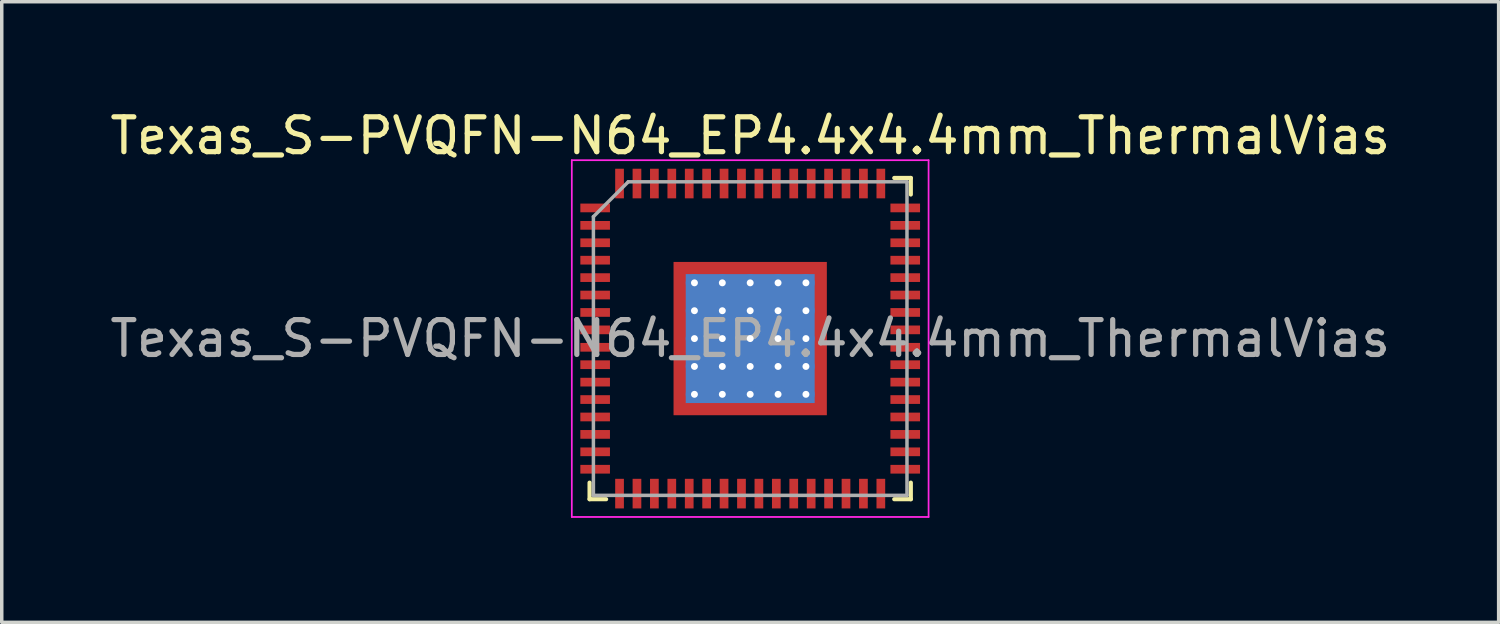
<source format=kicad_pcb>
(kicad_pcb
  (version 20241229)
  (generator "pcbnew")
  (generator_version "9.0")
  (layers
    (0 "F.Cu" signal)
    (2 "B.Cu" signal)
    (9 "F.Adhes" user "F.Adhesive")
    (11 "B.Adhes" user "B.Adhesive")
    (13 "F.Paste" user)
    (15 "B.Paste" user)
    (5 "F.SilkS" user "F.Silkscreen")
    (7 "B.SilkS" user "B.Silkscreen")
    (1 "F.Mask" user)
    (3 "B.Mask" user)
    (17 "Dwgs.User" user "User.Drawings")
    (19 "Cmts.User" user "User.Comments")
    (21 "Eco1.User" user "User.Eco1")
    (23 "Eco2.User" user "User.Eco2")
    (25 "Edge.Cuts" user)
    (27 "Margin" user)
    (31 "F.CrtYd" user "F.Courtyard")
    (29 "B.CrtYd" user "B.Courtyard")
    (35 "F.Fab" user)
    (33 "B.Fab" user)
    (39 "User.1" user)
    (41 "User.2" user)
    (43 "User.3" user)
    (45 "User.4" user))
  (footprint "Texas_S-PVQFN-N64_EP4.4x4.4mm_ThermalVias"
    (layer "F.Cu")
    (at 18.482 6.668)
    (property "Reference" "Texas_S-PVQFN-N64_EP4.4x4.4mm_ThermalVias" (at 0 -5.82 0) (layer "F.SilkS") (effects (font (size 1 1) (thickness 0.15))))
    (attr smd)
    (fp_line (start -4.61 4.61) (end -4.61 4.135) (stroke (width 0.12) (type solid)) (layer "F.SilkS"))
    (fp_line (start -4.135 4.61) (end -4.61 4.61) (stroke (width 0.12) (type solid)) (layer "F.SilkS"))
    (fp_line (start 4.135 -4.61) (end 4.61 -4.61) (stroke (width 0.12) (type solid)) (layer "F.SilkS"))
    (fp_line (start 4.135 4.61) (end 4.61 4.61) (stroke (width 0.12) (type solid)) (layer "F.SilkS"))
    (fp_line (start 4.61 -4.61) (end 4.61 -4.135) (stroke (width 0.12) (type solid)) (layer "F.SilkS"))
    (fp_line (start 4.61 4.61) (end 4.61 4.135) (stroke (width 0.12) (type solid)) (layer "F.SilkS"))
    (fp_line (start -5.12 -5.12) (end -5.12 5.12) (stroke (width 0.05) (type solid)) (layer "F.CrtYd"))
    (fp_line (start -5.12 5.12) (end 5.12 5.12) (stroke (width 0.05) (type solid)) (layer "F.CrtYd"))
    (fp_line (start 5.12 -5.12) (end -5.12 -5.12) (stroke (width 0.05) (type solid)) (layer "F.CrtYd"))
    (fp_line (start 5.12 5.12) (end 5.12 -5.12) (stroke (width 0.05) (type solid)) (layer "F.CrtYd"))
    (fp_line (start -4.5 -3.5) (end -3.5 -4.5) (stroke (width 0.1) (type solid)) (layer "F.Fab"))
    (fp_line (start -4.5 4.5) (end -4.5 -3.5) (stroke (width 0.1) (type solid)) (layer "F.Fab"))
    (fp_line (start -3.5 -4.5) (end 4.5 -4.5) (stroke (width 0.1) (type solid)) (layer "F.Fab"))
    (fp_line (start 4.5 -4.5) (end 4.5 4.5) (stroke (width 0.1) (type solid)) (layer "F.Fab"))
    (fp_line (start 4.5 4.5) (end -4.5 4.5) (stroke (width 0.1) (type solid)) (layer "F.Fab"))
    (fp_text user "${REFERENCE}" (at 0 0 0) (layer "F.Fab") (effects (font (size 1 1) (thickness 0.15))))
    (pad "" smd rect (at -1.03 -1.03) (size 1.77 1.77) (layers "F.Paste"))
    (pad "" smd rect (at -1.03 1.03) (size 1.77 1.77) (layers "F.Paste"))
    (pad "" smd rect (at 1.03 -1.03) (size 1.77 1.77) (layers "F.Paste"))
    (pad "" smd rect (at 1.03 1.03) (size 1.77 1.77) (layers "F.Paste"))
    (pad "1" smd rect (at -4.45 -3.75) (size 0.85 0.25) (layers "F.Cu" "F.Mask" "F.Paste"))
    (pad "2" smd rect (at -4.45 -3.25) (size 0.85 0.25) (layers "F.Cu" "F.Mask" "F.Paste"))
    (pad "3" smd rect (at -4.45 -2.75) (size 0.85 0.25) (layers "F.Cu" "F.Mask" "F.Paste"))
    (pad "4" smd rect (at -4.45 -2.25) (size 0.85 0.25) (layers "F.Cu" "F.Mask" "F.Paste"))
    (pad "5" smd rect (at -4.45 -1.75) (size 0.85 0.25) (layers "F.Cu" "F.Mask" "F.Paste"))
    (pad "6" smd rect (at -4.45 -1.25) (size 0.85 0.25) (layers "F.Cu" "F.Mask" "F.Paste"))
    (pad "7" smd rect (at -4.45 -0.75) (size 0.85 0.25) (layers "F.Cu" "F.Mask" "F.Paste"))
    (pad "8" smd rect (at -4.45 -0.25) (size 0.85 0.25) (layers "F.Cu" "F.Mask" "F.Paste"))
    (pad "9" smd rect (at -4.45 0.25) (size 0.85 0.25) (layers "F.Cu" "F.Mask" "F.Paste"))
    (pad "10" smd rect (at -4.45 0.75) (size 0.85 0.25) (layers "F.Cu" "F.Mask" "F.Paste"))
    (pad "11" smd rect (at -4.45 1.25) (size 0.85 0.25) (layers "F.Cu" "F.Mask" "F.Paste"))
    (pad "12" smd rect (at -4.45 1.75) (size 0.85 0.25) (layers "F.Cu" "F.Mask" "F.Paste"))
    (pad "13" smd rect (at -4.45 2.25) (size 0.85 0.25) (layers "F.Cu" "F.Mask" "F.Paste"))
    (pad "14" smd rect (at -4.45 2.75) (size 0.85 0.25) (layers "F.Cu" "F.Mask" "F.Paste"))
    (pad "15" smd rect (at -4.45 3.25) (size 0.85 0.25) (layers "F.Cu" "F.Mask" "F.Paste"))
    (pad "16" smd rect (at -4.45 3.75) (size 0.85 0.25) (layers "F.Cu" "F.Mask" "F.Paste"))
    (pad "17" smd rect (at -3.75 4.45) (size 0.25 0.85) (layers "F.Cu" "F.Mask" "F.Paste"))
    (pad "18" smd rect (at -3.25 4.45) (size 0.25 0.85) (layers "F.Cu" "F.Mask" "F.Paste"))
    (pad "19" smd rect (at -2.75 4.45) (size 0.25 0.85) (layers "F.Cu" "F.Mask" "F.Paste"))
    (pad "20" smd rect (at -2.25 4.45) (size 0.25 0.85) (layers "F.Cu" "F.Mask" "F.Paste"))
    (pad "21" smd rect (at -1.75 4.45) (size 0.25 0.85) (layers "F.Cu" "F.Mask" "F.Paste"))
    (pad "22" smd rect (at -1.25 4.45) (size 0.25 0.85) (layers "F.Cu" "F.Mask" "F.Paste"))
    (pad "23" smd rect (at -0.75 4.45) (size 0.25 0.85) (layers "F.Cu" "F.Mask" "F.Paste"))
    (pad "24" smd rect (at -0.25 4.45) (size 0.25 0.85) (layers "F.Cu" "F.Mask" "F.Paste"))
    (pad "25" smd rect (at 0.25 4.45) (size 0.25 0.85) (layers "F.Cu" "F.Mask" "F.Paste"))
    (pad "26" smd rect (at 0.75 4.45) (size 0.25 0.85) (layers "F.Cu" "F.Mask" "F.Paste"))
    (pad "27" smd rect (at 1.25 4.45) (size 0.25 0.85) (layers "F.Cu" "F.Mask" "F.Paste"))
    (pad "28" smd rect (at 1.75 4.45) (size 0.25 0.85) (layers "F.Cu" "F.Mask" "F.Paste"))
    (pad "29" smd rect (at 2.25 4.45) (size 0.25 0.85) (layers "F.Cu" "F.Mask" "F.Paste"))
    (pad "30" smd rect (at 2.75 4.45) (size 0.25 0.85) (layers "F.Cu" "F.Mask" "F.Paste"))
    (pad "31" smd rect (at 3.25 4.45) (size 0.25 0.85) (layers "F.Cu" "F.Mask" "F.Paste"))
    (pad "32" smd rect (at 3.75 4.45) (size 0.25 0.85) (layers "F.Cu" "F.Mask" "F.Paste"))
    (pad "33" smd rect (at 4.45 3.75) (size 0.85 0.25) (layers "F.Cu" "F.Mask" "F.Paste"))
    (pad "34" smd rect (at 4.45 3.25) (size 0.85 0.25) (layers "F.Cu" "F.Mask" "F.Paste"))
    (pad "35" smd rect (at 4.45 2.75) (size 0.85 0.25) (layers "F.Cu" "F.Mask" "F.Paste"))
    (pad "36" smd rect (at 4.45 2.25) (size 0.85 0.25) (layers "F.Cu" "F.Mask" "F.Paste"))
    (pad "37" smd rect (at 4.45 1.75) (size 0.85 0.25) (layers "F.Cu" "F.Mask" "F.Paste"))
    (pad "38" smd rect (at 4.45 1.25) (size 0.85 0.25) (layers "F.Cu" "F.Mask" "F.Paste"))
    (pad "39" smd rect (at 4.45 0.75) (size 0.85 0.25) (layers "F.Cu" "F.Mask" "F.Paste"))
    (pad "40" smd rect (at 4.45 0.25) (size 0.85 0.25) (layers "F.Cu" "F.Mask" "F.Paste"))
    (pad "41" smd rect (at 4.45 -0.25) (size 0.85 0.25) (layers "F.Cu" "F.Mask" "F.Paste"))
    (pad "42" smd rect (at 4.45 -0.75) (size 0.85 0.25) (layers "F.Cu" "F.Mask" "F.Paste"))
    (pad "43" smd rect (at 4.45 -1.25) (size 0.85 0.25) (layers "F.Cu" "F.Mask" "F.Paste"))
    (pad "44" smd rect (at 4.45 -1.75) (size 0.85 0.25) (layers "F.Cu" "F.Mask" "F.Paste"))
    (pad "45" smd rect (at 4.45 -2.25) (size 0.85 0.25) (layers "F.Cu" "F.Mask" "F.Paste"))
    (pad "46" smd rect (at 4.45 -2.75) (size 0.85 0.25) (layers "F.Cu" "F.Mask" "F.Paste"))
    (pad "47" smd rect (at 4.45 -3.25) (size 0.85 0.25) (layers "F.Cu" "F.Mask" "F.Paste"))
    (pad "48" smd rect (at 4.45 -3.75) (size 0.85 0.25) (layers "F.Cu" "F.Mask" "F.Paste"))
    (pad "49" smd rect (at 3.75 -4.45) (size 0.25 0.85) (layers "F.Cu" "F.Mask" "F.Paste"))
    (pad "50" smd rect (at 3.25 -4.45) (size 0.25 0.85) (layers "F.Cu" "F.Mask" "F.Paste"))
    (pad "51" smd rect (at 2.75 -4.45) (size 0.25 0.85) (layers "F.Cu" "F.Mask" "F.Paste"))
    (pad "52" smd rect (at 2.25 -4.45) (size 0.25 0.85) (layers "F.Cu" "F.Mask" "F.Paste"))
    (pad "53" smd rect (at 1.75 -4.45) (size 0.25 0.85) (layers "F.Cu" "F.Mask" "F.Paste"))
    (pad "54" smd rect (at 1.25 -4.45) (size 0.25 0.85) (layers "F.Cu" "F.Mask" "F.Paste"))
    (pad "55" smd rect (at 0.75 -4.45) (size 0.25 0.85) (layers "F.Cu" "F.Mask" "F.Paste"))
    (pad "56" smd rect (at 0.25 -4.45) (size 0.25 0.85) (layers "F.Cu" "F.Mask" "F.Paste"))
    (pad "57" smd rect (at -0.25 -4.45) (size 0.25 0.85) (layers "F.Cu" "F.Mask" "F.Paste"))
    (pad "58" smd rect (at -0.75 -4.45) (size 0.25 0.85) (layers "F.Cu" "F.Mask" "F.Paste"))
    (pad "59" smd rect (at -1.25 -4.45) (size 0.25 0.85) (layers "F.Cu" "F.Mask" "F.Paste"))
    (pad "60" smd rect (at -1.75 -4.45) (size 0.25 0.85) (layers "F.Cu" "F.Mask" "F.Paste"))
    (pad "61" smd rect (at -2.25 -4.45) (size 0.25 0.85) (layers "F.Cu" "F.Mask" "F.Paste"))
    (pad "62" smd rect (at -2.75 -4.45) (size 0.25 0.85) (layers "F.Cu" "F.Mask" "F.Paste"))
    (pad "63" smd rect (at -3.25 -4.45) (size 0.25 0.85) (layers "F.Cu" "F.Mask" "F.Paste"))
    (pad "64" smd rect (at -3.75 -4.45) (size 0.25 0.85) (layers "F.Cu" "F.Mask" "F.Paste"))
    (pad "65" thru_hole circle (at -1.6 -1.6) (size 0.5 0.5) (drill 0.2) (layers "*.Cu"))
    (pad "65" thru_hole circle (at -1.6 -0.8) (size 0.5 0.5) (drill 0.2) (layers "*.Cu"))
    (pad "65" thru_hole circle (at -1.6 0) (size 0.5 0.5) (drill 0.2) (layers "*.Cu"))
    (pad "65" thru_hole circle (at -1.6 0.8) (size 0.5 0.5) (drill 0.2) (layers "*.Cu"))
    (pad "65" thru_hole circle (at -1.6 1.6) (size 0.5 0.5) (drill 0.2) (layers "*.Cu"))
    (pad "65" thru_hole circle (at -0.8 -1.6) (size 0.5 0.5) (drill 0.2) (layers "*.Cu"))
    (pad "65" thru_hole circle (at -0.8 -0.8) (size 0.5 0.5) (drill 0.2) (layers "*.Cu"))
    (pad "65" thru_hole circle (at -0.8 0) (size 0.5 0.5) (drill 0.2) (layers "*.Cu"))
    (pad "65" thru_hole circle (at -0.8 0.8) (size 0.5 0.5) (drill 0.2) (layers "*.Cu"))
    (pad "65" thru_hole circle (at -0.8 1.6) (size 0.5 0.5) (drill 0.2) (layers "*.Cu"))
    (pad "65" thru_hole circle (at 0 -1.6) (size 0.5 0.5) (drill 0.2) (layers "*.Cu"))
    (pad "65" thru_hole circle (at 0 -0.8) (size 0.5 0.5) (drill 0.2) (layers "*.Cu"))
    (pad "65" thru_hole circle (at 0 0) (size 0.5 0.5) (drill 0.2) (layers "*.Cu"))
    (pad "65" smd rect (at 0 0) (size 3.7 3.7) (layers "B.Cu"))
    (pad "65" smd rect (at 0 0) (size 4.4 4.4) (layers "F.Cu" "F.Mask"))
    (pad "65" thru_hole circle (at 0 0.8) (size 0.5 0.5) (drill 0.2) (layers "*.Cu"))
    (pad "65" thru_hole circle (at 0 1.6) (size 0.5 0.5) (drill 0.2) (layers "*.Cu"))
    (pad "65" thru_hole circle (at 0.8 -1.6) (size 0.5 0.5) (drill 0.2) (layers "*.Cu"))
    (pad "65" thru_hole circle (at 0.8 -0.8) (size 0.5 0.5) (drill 0.2) (layers "*.Cu"))
    (pad "65" thru_hole circle (at 0.8 0) (size 0.5 0.5) (drill 0.2) (layers "*.Cu"))
    (pad "65" thru_hole circle (at 0.8 0.8) (size 0.5 0.5) (drill 0.2) (layers "*.Cu"))
    (pad "65" thru_hole circle (at 0.8 1.6) (size 0.5 0.5) (drill 0.2) (layers "*.Cu"))
    (pad "65" thru_hole circle (at 1.6 -1.6) (size 0.5 0.5) (drill 0.2) (layers "*.Cu"))
    (pad "65" thru_hole circle (at 1.6 -0.8) (size 0.5 0.5) (drill 0.2) (layers "*.Cu"))
    (pad "65" thru_hole circle (at 1.6 0) (size 0.5 0.5) (drill 0.2) (layers "*.Cu"))
    (pad "65" thru_hole circle (at 1.6 0.8) (size 0.5 0.5) (drill 0.2) (layers "*.Cu"))
    (pad "65" thru_hole circle (at 1.6 1.6) (size 0.5 0.5) (drill 0.2) (layers "*.Cu")))
  (gr_rect
    (start -3 -3)
    (end 39.964 14.813)
    (stroke (width 0.1) (type default))
    (fill no)
    (layer "Edge.Cuts")))
</source>
